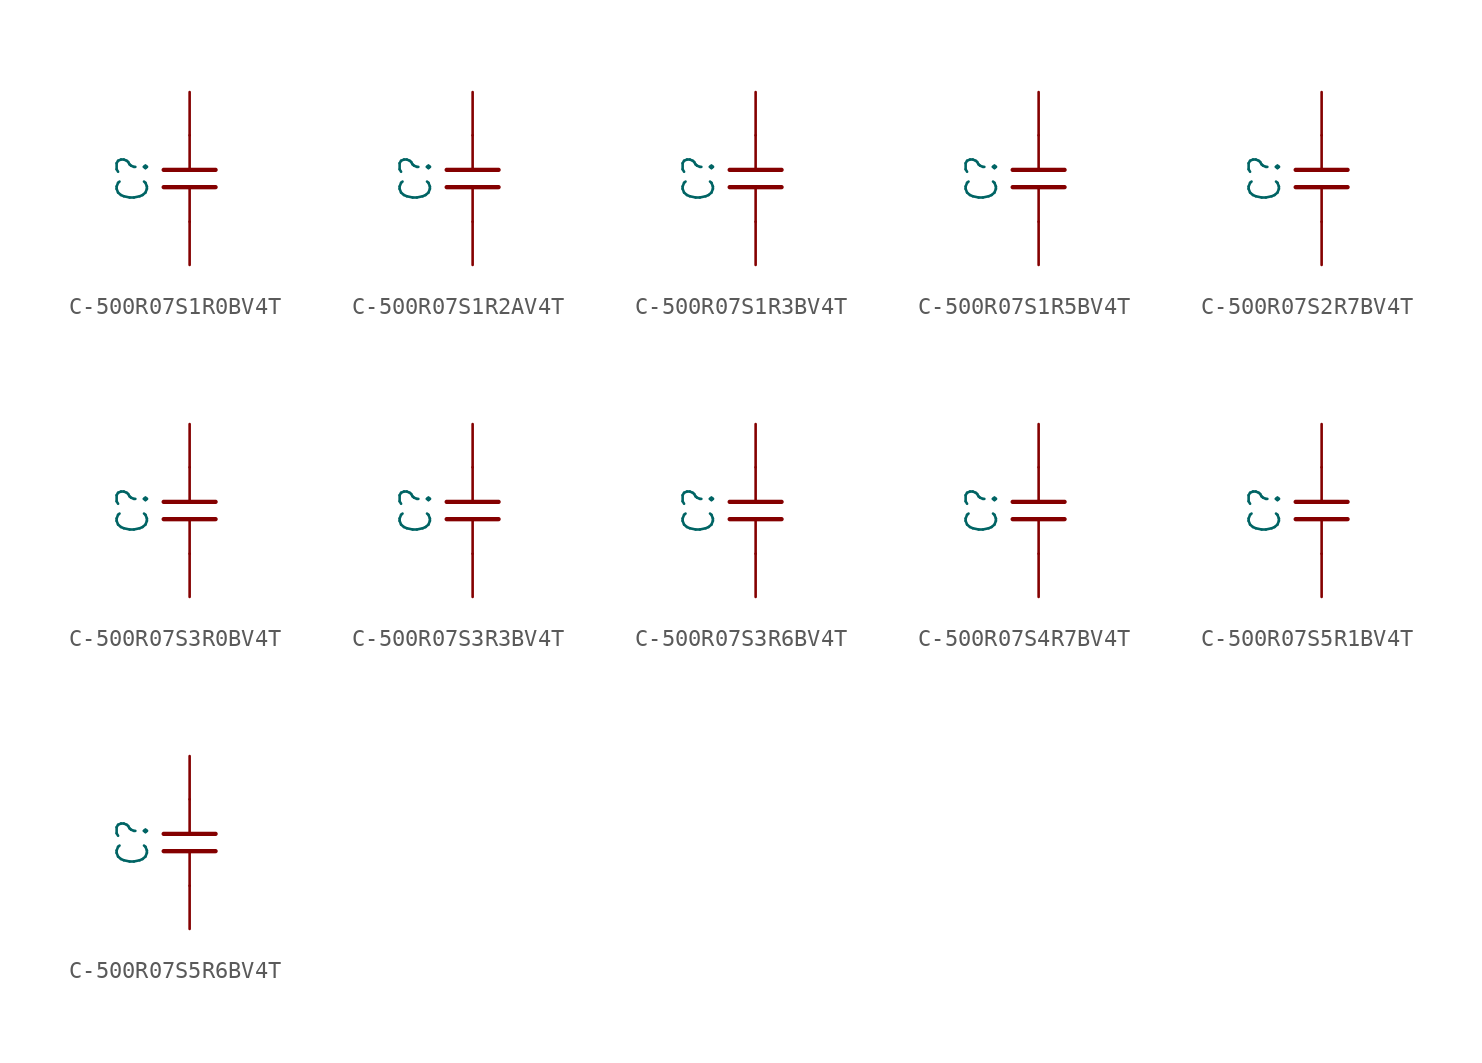
<source format=kicad_sym>
(kicad_symbol_lib
  (version 20231120)
  (generator "kicad_symbol_editor")
  (generator_version "8.0")
  (symbol "C-500R07S1R0BV4T"
    (property "Reference" "C"
      (at -2.286 0 90)
      (effects (font (size 1.778 1.511)) (justify bottom)))
    (property "Value" ""
      (at 2.286 0 90)
      (effects (font (size 1.778 1.511)) (justify top)))
    (property "ki_locked" ""
      (at 0 0 0)
      (effects (font (size 1.27 1.27))))
    (symbol "C-500R07S1R0BV4T_1_0"
      (polyline (pts (xy -1.524 0.508) (xy 0 0.508)) (stroke (width 0.254) (type solid)) (fill (type none)))
      (polyline (pts (xy 0 -2.54) (xy 0 -0.508)) (stroke (width 0.152) (type solid)) (fill (type none)))
      (polyline (pts (xy 0 -0.508) (xy -1.524 -0.508)) (stroke (width 0.254) (type solid)) (fill (type none)))
      (polyline (pts (xy 0 0.508) (xy 0 2.54)) (stroke (width 0.152) (type solid)) (fill (type none)))
      (polyline (pts (xy 0 0.508) (xy 1.524 0.508)) (stroke (width 0.254) (type solid)) (fill (type none)))
      (polyline (pts (xy 1.524 -0.508) (xy 0 -0.508)) (stroke (width 0.254) (type solid)) (fill (type none)))
      (pin passive line (at 0 5.08 270) (length 2.54) (name "1" (effects (font (size 0 0)))) (number "1" (effects (font (size 0 0)))))
      (pin passive line (at 0 -5.08 90) (length 2.54) (name "2" (effects (font (size 0 0)))) (number "2" (effects (font (size 0 0)))))))
  (symbol "C-500R07S1R2AV4T"
    (property "Reference" "C"
      (at -2.286 0 90)
      (effects (font (size 1.778 1.511)) (justify bottom)))
    (property "Value" ""
      (at 2.286 0 90)
      (effects (font (size 1.778 1.511)) (justify top)))
    (property "ki_locked" ""
      (at 0 0 0)
      (effects (font (size 1.27 1.27))))
    (symbol "C-500R07S1R2AV4T_1_0"
      (polyline (pts (xy -1.524 0.508) (xy 0 0.508)) (stroke (width 0.254) (type solid)) (fill (type none)))
      (polyline (pts (xy 0 -2.54) (xy 0 -0.508)) (stroke (width 0.152) (type solid)) (fill (type none)))
      (polyline (pts (xy 0 -0.508) (xy -1.524 -0.508)) (stroke (width 0.254) (type solid)) (fill (type none)))
      (polyline (pts (xy 0 0.508) (xy 0 2.54)) (stroke (width 0.152) (type solid)) (fill (type none)))
      (polyline (pts (xy 0 0.508) (xy 1.524 0.508)) (stroke (width 0.254) (type solid)) (fill (type none)))
      (polyline (pts (xy 1.524 -0.508) (xy 0 -0.508)) (stroke (width 0.254) (type solid)) (fill (type none)))
      (pin passive line (at 0 5.08 270) (length 2.54) (name "1" (effects (font (size 0 0)))) (number "1" (effects (font (size 0 0)))))
      (pin passive line (at 0 -5.08 90) (length 2.54) (name "2" (effects (font (size 0 0)))) (number "2" (effects (font (size 0 0)))))))
  (symbol "C-500R07S1R3BV4T"
    (property "Reference" "C"
      (at -2.286 0 90)
      (effects (font (size 1.778 1.511)) (justify bottom)))
    (property "Value" ""
      (at 2.286 0 90)
      (effects (font (size 1.778 1.511)) (justify top)))
    (property "ki_locked" ""
      (at 0 0 0)
      (effects (font (size 1.27 1.27))))
    (symbol "C-500R07S1R3BV4T_1_0"
      (polyline (pts (xy -1.524 0.508) (xy 0 0.508)) (stroke (width 0.254) (type solid)) (fill (type none)))
      (polyline (pts (xy 0 -2.54) (xy 0 -0.508)) (stroke (width 0.152) (type solid)) (fill (type none)))
      (polyline (pts (xy 0 -0.508) (xy -1.524 -0.508)) (stroke (width 0.254) (type solid)) (fill (type none)))
      (polyline (pts (xy 0 0.508) (xy 0 2.54)) (stroke (width 0.152) (type solid)) (fill (type none)))
      (polyline (pts (xy 0 0.508) (xy 1.524 0.508)) (stroke (width 0.254) (type solid)) (fill (type none)))
      (polyline (pts (xy 1.524 -0.508) (xy 0 -0.508)) (stroke (width 0.254) (type solid)) (fill (type none)))
      (pin passive line (at 0 5.08 270) (length 2.54) (name "1" (effects (font (size 0 0)))) (number "1" (effects (font (size 0 0)))))
      (pin passive line (at 0 -5.08 90) (length 2.54) (name "2" (effects (font (size 0 0)))) (number "2" (effects (font (size 0 0)))))))
  (symbol "C-500R07S1R5BV4T"
    (property "Reference" "C"
      (at -2.286 0 90)
      (effects (font (size 1.778 1.511)) (justify bottom)))
    (property "Value" ""
      (at 2.286 0 90)
      (effects (font (size 1.778 1.511)) (justify top)))
    (property "ki_locked" ""
      (at 0 0 0)
      (effects (font (size 1.27 1.27))))
    (symbol "C-500R07S1R5BV4T_1_0"
      (polyline (pts (xy -1.524 0.508) (xy 0 0.508)) (stroke (width 0.254) (type solid)) (fill (type none)))
      (polyline (pts (xy 0 -2.54) (xy 0 -0.508)) (stroke (width 0.152) (type solid)) (fill (type none)))
      (polyline (pts (xy 0 -0.508) (xy -1.524 -0.508)) (stroke (width 0.254) (type solid)) (fill (type none)))
      (polyline (pts (xy 0 0.508) (xy 0 2.54)) (stroke (width 0.152) (type solid)) (fill (type none)))
      (polyline (pts (xy 0 0.508) (xy 1.524 0.508)) (stroke (width 0.254) (type solid)) (fill (type none)))
      (polyline (pts (xy 1.524 -0.508) (xy 0 -0.508)) (stroke (width 0.254) (type solid)) (fill (type none)))
      (pin passive line (at 0 5.08 270) (length 2.54) (name "1" (effects (font (size 0 0)))) (number "1" (effects (font (size 0 0)))))
      (pin passive line (at 0 -5.08 90) (length 2.54) (name "2" (effects (font (size 0 0)))) (number "2" (effects (font (size 0 0)))))))
  (symbol "C-500R07S2R7BV4T"
    (property "Reference" "C"
      (at -2.286 0 90)
      (effects (font (size 1.778 1.511)) (justify bottom)))
    (property "Value" ""
      (at 2.286 0 90)
      (effects (font (size 1.778 1.511)) (justify top)))
    (property "ki_locked" ""
      (at 0 0 0)
      (effects (font (size 1.27 1.27))))
    (symbol "C-500R07S2R7BV4T_1_0"
      (polyline (pts (xy -1.524 0.508) (xy 0 0.508)) (stroke (width 0.254) (type solid)) (fill (type none)))
      (polyline (pts (xy 0 -2.54) (xy 0 -0.508)) (stroke (width 0.152) (type solid)) (fill (type none)))
      (polyline (pts (xy 0 -0.508) (xy -1.524 -0.508)) (stroke (width 0.254) (type solid)) (fill (type none)))
      (polyline (pts (xy 0 0.508) (xy 0 2.54)) (stroke (width 0.152) (type solid)) (fill (type none)))
      (polyline (pts (xy 0 0.508) (xy 1.524 0.508)) (stroke (width 0.254) (type solid)) (fill (type none)))
      (polyline (pts (xy 1.524 -0.508) (xy 0 -0.508)) (stroke (width 0.254) (type solid)) (fill (type none)))
      (pin passive line (at 0 5.08 270) (length 2.54) (name "1" (effects (font (size 0 0)))) (number "1" (effects (font (size 0 0)))))
      (pin passive line (at 0 -5.08 90) (length 2.54) (name "2" (effects (font (size 0 0)))) (number "2" (effects (font (size 0 0)))))))
  (symbol "C-500R07S3R0BV4T"
    (property "Reference" "C"
      (at -2.286 0 90)
      (effects (font (size 1.778 1.511)) (justify bottom)))
    (property "Value" ""
      (at 2.286 0 90)
      (effects (font (size 1.778 1.511)) (justify top)))
    (property "ki_locked" ""
      (at 0 0 0)
      (effects (font (size 1.27 1.27))))
    (symbol "C-500R07S3R0BV4T_1_0"
      (polyline (pts (xy -1.524 0.508) (xy 0 0.508)) (stroke (width 0.254) (type solid)) (fill (type none)))
      (polyline (pts (xy 0 -2.54) (xy 0 -0.508)) (stroke (width 0.152) (type solid)) (fill (type none)))
      (polyline (pts (xy 0 -0.508) (xy -1.524 -0.508)) (stroke (width 0.254) (type solid)) (fill (type none)))
      (polyline (pts (xy 0 0.508) (xy 0 2.54)) (stroke (width 0.152) (type solid)) (fill (type none)))
      (polyline (pts (xy 0 0.508) (xy 1.524 0.508)) (stroke (width 0.254) (type solid)) (fill (type none)))
      (polyline (pts (xy 1.524 -0.508) (xy 0 -0.508)) (stroke (width 0.254) (type solid)) (fill (type none)))
      (pin passive line (at 0 5.08 270) (length 2.54) (name "1" (effects (font (size 0 0)))) (number "1" (effects (font (size 0 0)))))
      (pin passive line (at 0 -5.08 90) (length 2.54) (name "2" (effects (font (size 0 0)))) (number "2" (effects (font (size 0 0)))))))
  (symbol "C-500R07S3R3BV4T"
    (property "Reference" "C"
      (at -2.286 0 90)
      (effects (font (size 1.778 1.511)) (justify bottom)))
    (property "Value" ""
      (at 2.286 0 90)
      (effects (font (size 1.778 1.511)) (justify top)))
    (property "ki_locked" ""
      (at 0 0 0)
      (effects (font (size 1.27 1.27))))
    (symbol "C-500R07S3R3BV4T_1_0"
      (polyline (pts (xy -1.524 0.508) (xy 0 0.508)) (stroke (width 0.254) (type solid)) (fill (type none)))
      (polyline (pts (xy 0 -2.54) (xy 0 -0.508)) (stroke (width 0.152) (type solid)) (fill (type none)))
      (polyline (pts (xy 0 -0.508) (xy -1.524 -0.508)) (stroke (width 0.254) (type solid)) (fill (type none)))
      (polyline (pts (xy 0 0.508) (xy 0 2.54)) (stroke (width 0.152) (type solid)) (fill (type none)))
      (polyline (pts (xy 0 0.508) (xy 1.524 0.508)) (stroke (width 0.254) (type solid)) (fill (type none)))
      (polyline (pts (xy 1.524 -0.508) (xy 0 -0.508)) (stroke (width 0.254) (type solid)) (fill (type none)))
      (pin passive line (at 0 5.08 270) (length 2.54) (name "1" (effects (font (size 0 0)))) (number "1" (effects (font (size 0 0)))))
      (pin passive line (at 0 -5.08 90) (length 2.54) (name "2" (effects (font (size 0 0)))) (number "2" (effects (font (size 0 0)))))))
  (symbol "C-500R07S3R6BV4T"
    (property "Reference" "C"
      (at -2.286 0 90)
      (effects (font (size 1.778 1.511)) (justify bottom)))
    (property "Value" ""
      (at 2.286 0 90)
      (effects (font (size 1.778 1.511)) (justify top)))
    (property "ki_locked" ""
      (at 0 0 0)
      (effects (font (size 1.27 1.27))))
    (symbol "C-500R07S3R6BV4T_1_0"
      (polyline (pts (xy -1.524 0.508) (xy 0 0.508)) (stroke (width 0.254) (type solid)) (fill (type none)))
      (polyline (pts (xy 0 -2.54) (xy 0 -0.508)) (stroke (width 0.152) (type solid)) (fill (type none)))
      (polyline (pts (xy 0 -0.508) (xy -1.524 -0.508)) (stroke (width 0.254) (type solid)) (fill (type none)))
      (polyline (pts (xy 0 0.508) (xy 0 2.54)) (stroke (width 0.152) (type solid)) (fill (type none)))
      (polyline (pts (xy 0 0.508) (xy 1.524 0.508)) (stroke (width 0.254) (type solid)) (fill (type none)))
      (polyline (pts (xy 1.524 -0.508) (xy 0 -0.508)) (stroke (width 0.254) (type solid)) (fill (type none)))
      (pin passive line (at 0 5.08 270) (length 2.54) (name "1" (effects (font (size 0 0)))) (number "1" (effects (font (size 0 0)))))
      (pin passive line (at 0 -5.08 90) (length 2.54) (name "2" (effects (font (size 0 0)))) (number "2" (effects (font (size 0 0)))))))
  (symbol "C-500R07S4R7BV4T"
    (property "Reference" "C"
      (at -2.286 0 90)
      (effects (font (size 1.778 1.511)) (justify bottom)))
    (property "Value" ""
      (at 2.286 0 90)
      (effects (font (size 1.778 1.511)) (justify top)))
    (property "ki_locked" ""
      (at 0 0 0)
      (effects (font (size 1.27 1.27))))
    (symbol "C-500R07S4R7BV4T_1_0"
      (polyline (pts (xy -1.524 0.508) (xy 0 0.508)) (stroke (width 0.254) (type solid)) (fill (type none)))
      (polyline (pts (xy 0 -2.54) (xy 0 -0.508)) (stroke (width 0.152) (type solid)) (fill (type none)))
      (polyline (pts (xy 0 -0.508) (xy -1.524 -0.508)) (stroke (width 0.254) (type solid)) (fill (type none)))
      (polyline (pts (xy 0 0.508) (xy 0 2.54)) (stroke (width 0.152) (type solid)) (fill (type none)))
      (polyline (pts (xy 0 0.508) (xy 1.524 0.508)) (stroke (width 0.254) (type solid)) (fill (type none)))
      (polyline (pts (xy 1.524 -0.508) (xy 0 -0.508)) (stroke (width 0.254) (type solid)) (fill (type none)))
      (pin passive line (at 0 5.08 270) (length 2.54) (name "1" (effects (font (size 0 0)))) (number "1" (effects (font (size 0 0)))))
      (pin passive line (at 0 -5.08 90) (length 2.54) (name "2" (effects (font (size 0 0)))) (number "2" (effects (font (size 0 0)))))))
  (symbol "C-500R07S5R1BV4T"
    (property "Reference" "C"
      (at -2.286 0 90)
      (effects (font (size 1.778 1.511)) (justify bottom)))
    (property "Value" ""
      (at 2.286 0 90)
      (effects (font (size 1.778 1.511)) (justify top)))
    (property "ki_locked" ""
      (at 0 0 0)
      (effects (font (size 1.27 1.27))))
    (symbol "C-500R07S5R1BV4T_1_0"
      (polyline (pts (xy -1.524 0.508) (xy 0 0.508)) (stroke (width 0.254) (type solid)) (fill (type none)))
      (polyline (pts (xy 0 -2.54) (xy 0 -0.508)) (stroke (width 0.152) (type solid)) (fill (type none)))
      (polyline (pts (xy 0 -0.508) (xy -1.524 -0.508)) (stroke (width 0.254) (type solid)) (fill (type none)))
      (polyline (pts (xy 0 0.508) (xy 0 2.54)) (stroke (width 0.152) (type solid)) (fill (type none)))
      (polyline (pts (xy 0 0.508) (xy 1.524 0.508)) (stroke (width 0.254) (type solid)) (fill (type none)))
      (polyline (pts (xy 1.524 -0.508) (xy 0 -0.508)) (stroke (width 0.254) (type solid)) (fill (type none)))
      (pin passive line (at 0 5.08 270) (length 2.54) (name "1" (effects (font (size 0 0)))) (number "1" (effects (font (size 0 0)))))
      (pin passive line (at 0 -5.08 90) (length 2.54) (name "2" (effects (font (size 0 0)))) (number "2" (effects (font (size 0 0)))))))
  (symbol "C-500R07S5R6BV4T"
    (property "Reference" "C"
      (at -2.286 0 90)
      (effects (font (size 1.778 1.511)) (justify bottom)))
    (property "Value" ""
      (at 2.286 0 90)
      (effects (font (size 1.778 1.511)) (justify top)))
    (property "ki_locked" ""
      (at 0 0 0)
      (effects (font (size 1.27 1.27))))
    (symbol "C-500R07S5R6BV4T_1_0"
      (polyline (pts (xy -1.524 0.508) (xy 0 0.508)) (stroke (width 0.254) (type solid)) (fill (type none)))
      (polyline (pts (xy 0 -2.54) (xy 0 -0.508)) (stroke (width 0.152) (type solid)) (fill (type none)))
      (polyline (pts (xy 0 -0.508) (xy -1.524 -0.508)) (stroke (width 0.254) (type solid)) (fill (type none)))
      (polyline (pts (xy 0 0.508) (xy 0 2.54)) (stroke (width 0.152) (type solid)) (fill (type none)))
      (polyline (pts (xy 0 0.508) (xy 1.524 0.508)) (stroke (width 0.254) (type solid)) (fill (type none)))
      (polyline (pts (xy 1.524 -0.508) (xy 0 -0.508)) (stroke (width 0.254) (type solid)) (fill (type none)))
      (pin passive line (at 0 5.08 270) (length 2.54) (name "1" (effects (font (size 0 0)))) (number "1" (effects (font (size 0 0)))))
      (pin passive line (at 0 -5.08 90) (length 2.54) (name "2" (effects (font (size 0 0)))) (number "2" (effects (font (size 0 0))))))))
</source>
